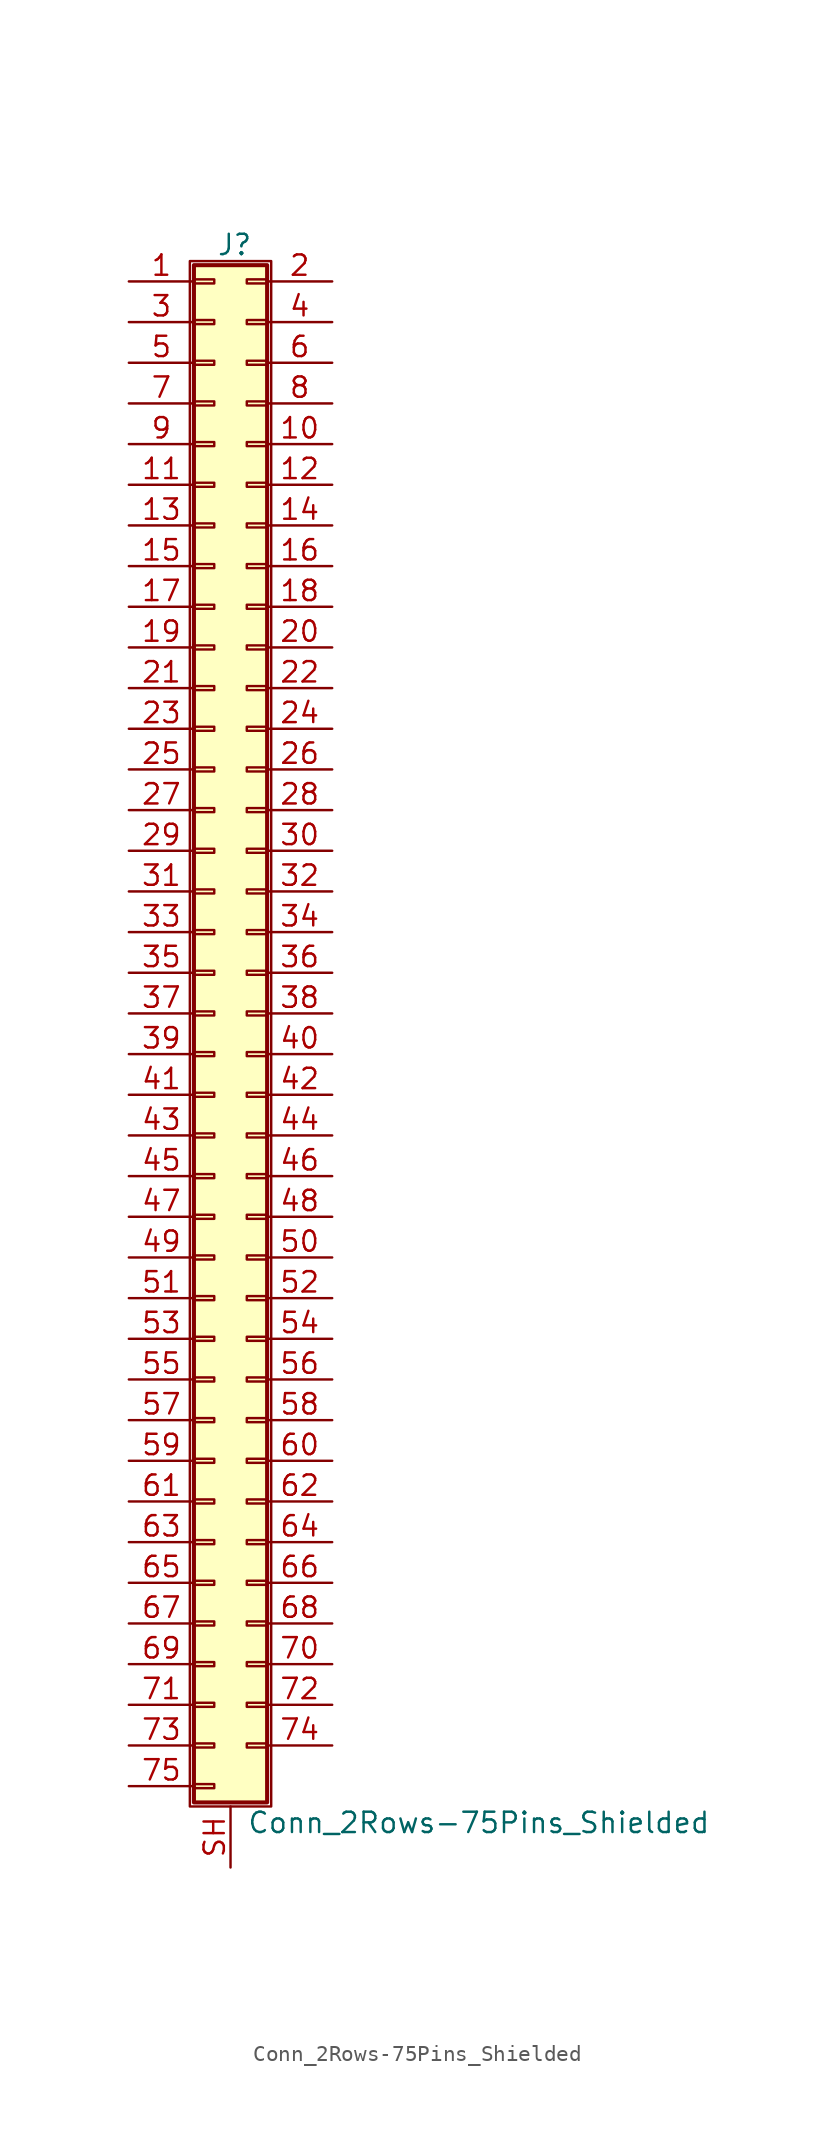
<source format=kicad_sym>
(kicad_symbol_lib
  (version 20211014)
  (generator kicad_symbol_editor)
  (symbol "Conn_2Rows-75Pins_Shielded"
    (pin_names
      (offset 1.016) hide)
    (property "Reference" "J"
      (at 1.524 48.006 0)
      (effects (font (size 1.27 1.27))))
    (property "Value" "Conn_2Rows-75Pins_Shielded"
      (at 2.286 -50.546 0)
      (effects (font (size 1.27 1.27)) (justify left)))
    (symbol "Conn_2Rows-75Pins_Shielded_1_1"
      (rectangle (start -1.27 46.99) (end 3.81 -49.53) (stroke (width 0.152) (type default) (color 0 0 0 0)) (fill (type none)))
      (rectangle (start -1.016 -48.133) (end 0.254 -48.387) (stroke (width 0.152) (type default) (color 0 0 0 0)) (fill (type none)))
      (rectangle (start -1.016 -45.593) (end 0.254 -45.847) (stroke (width 0.152) (type default) (color 0 0 0 0)) (fill (type none)))
      (rectangle (start -1.016 -43.053) (end 0.254 -43.307) (stroke (width 0.152) (type default) (color 0 0 0 0)) (fill (type none)))
      (rectangle (start -1.016 -40.513) (end 0.254 -40.767) (stroke (width 0.152) (type default) (color 0 0 0 0)) (fill (type none)))
      (rectangle (start -1.016 -37.973) (end 0.254 -38.227) (stroke (width 0.152) (type default) (color 0 0 0 0)) (fill (type none)))
      (rectangle (start -1.016 -35.433) (end 0.254 -35.687) (stroke (width 0.152) (type default) (color 0 0 0 0)) (fill (type none)))
      (rectangle (start -1.016 -32.893) (end 0.254 -33.147) (stroke (width 0.152) (type default) (color 0 0 0 0)) (fill (type none)))
      (rectangle (start -1.016 -30.353) (end 0.254 -30.607) (stroke (width 0.152) (type default) (color 0 0 0 0)) (fill (type none)))
      (rectangle (start -1.016 -27.813) (end 0.254 -28.067) (stroke (width 0.152) (type default) (color 0 0 0 0)) (fill (type none)))
      (rectangle (start -1.016 -25.273) (end 0.254 -25.527) (stroke (width 0.152) (type default) (color 0 0 0 0)) (fill (type none)))
      (rectangle (start -1.016 -22.733) (end 0.254 -22.987) (stroke (width 0.152) (type default) (color 0 0 0 0)) (fill (type none)))
      (rectangle (start -1.016 -20.193) (end 0.254 -20.447) (stroke (width 0.152) (type default) (color 0 0 0 0)) (fill (type none)))
      (rectangle (start -1.016 -17.653) (end 0.254 -17.907) (stroke (width 0.152) (type default) (color 0 0 0 0)) (fill (type none)))
      (rectangle (start -1.016 -15.113) (end 0.254 -15.367) (stroke (width 0.152) (type default) (color 0 0 0 0)) (fill (type none)))
      (rectangle (start -1.016 -12.573) (end 0.254 -12.827) (stroke (width 0.152) (type default) (color 0 0 0 0)) (fill (type none)))
      (rectangle (start -1.016 -10.033) (end 0.254 -10.287) (stroke (width 0.152) (type default) (color 0 0 0 0)) (fill (type none)))
      (rectangle (start -1.016 -7.493) (end 0.254 -7.747) (stroke (width 0.152) (type default) (color 0 0 0 0)) (fill (type none)))
      (rectangle (start -1.016 -4.953) (end 0.254 -5.207) (stroke (width 0.152) (type default) (color 0 0 0 0)) (fill (type none)))
      (rectangle (start -1.016 -2.413) (end 0.254 -2.667) (stroke (width 0.152) (type default) (color 0 0 0 0)) (fill (type none)))
      (rectangle (start -1.016 0.127) (end 0.254 -0.127) (stroke (width 0.152) (type default) (color 0 0 0 0)) (fill (type none)))
      (rectangle (start -1.016 2.667) (end 0.254 2.413) (stroke (width 0.152) (type default) (color 0 0 0 0)) (fill (type none)))
      (rectangle (start -1.016 5.207) (end 0.254 4.953) (stroke (width 0.152) (type default) (color 0 0 0 0)) (fill (type none)))
      (rectangle (start -1.016 7.747) (end 0.254 7.493) (stroke (width 0.152) (type default) (color 0 0 0 0)) (fill (type none)))
      (rectangle (start -1.016 10.287) (end 0.254 10.033) (stroke (width 0.152) (type default) (color 0 0 0 0)) (fill (type none)))
      (rectangle (start -1.016 12.827) (end 0.254 12.573) (stroke (width 0.152) (type default) (color 0 0 0 0)) (fill (type none)))
      (rectangle (start -1.016 15.367) (end 0.254 15.113) (stroke (width 0.152) (type default) (color 0 0 0 0)) (fill (type none)))
      (rectangle (start -1.016 17.907) (end 0.254 17.653) (stroke (width 0.152) (type default) (color 0 0 0 0)) (fill (type none)))
      (rectangle (start -1.016 20.447) (end 0.254 20.193) (stroke (width 0.152) (type default) (color 0 0 0 0)) (fill (type none)))
      (rectangle (start -1.016 22.987) (end 0.254 22.733) (stroke (width 0.152) (type default) (color 0 0 0 0)) (fill (type none)))
      (rectangle (start -1.016 25.527) (end 0.254 25.273) (stroke (width 0.152) (type default) (color 0 0 0 0)) (fill (type none)))
      (rectangle (start -1.016 28.067) (end 0.254 27.813) (stroke (width 0.152) (type default) (color 0 0 0 0)) (fill (type none)))
      (rectangle (start -1.016 30.607) (end 0.254 30.353) (stroke (width 0.152) (type default) (color 0 0 0 0)) (fill (type none)))
      (rectangle (start -1.016 33.147) (end 0.254 32.893) (stroke (width 0.152) (type default) (color 0 0 0 0)) (fill (type none)))
      (rectangle (start -1.016 35.687) (end 0.254 35.433) (stroke (width 0.152) (type default) (color 0 0 0 0)) (fill (type none)))
      (rectangle (start -1.016 38.227) (end 0.254 37.973) (stroke (width 0.152) (type default) (color 0 0 0 0)) (fill (type none)))
      (rectangle (start -1.016 40.767) (end 0.254 40.513) (stroke (width 0.152) (type default) (color 0 0 0 0)) (fill (type none)))
      (rectangle (start -1.016 43.307) (end 0.254 43.053) (stroke (width 0.152) (type default) (color 0 0 0 0)) (fill (type none)))
      (rectangle (start -1.016 45.847) (end 0.254 45.593) (stroke (width 0.152) (type default) (color 0 0 0 0)) (fill (type none)))
      (rectangle (start -1.016 46.736) (end 3.556 -49.276) (stroke (width 0.254) (type default) (color 0 0 0 0)) (fill (type background)))
      (rectangle (start 3.556 -45.593) (end 2.286 -45.847) (stroke (width 0.152) (type default) (color 0 0 0 0)) (fill (type none)))
      (rectangle (start 3.556 -43.053) (end 2.286 -43.307) (stroke (width 0.152) (type default) (color 0 0 0 0)) (fill (type none)))
      (rectangle (start 3.556 -40.513) (end 2.286 -40.767) (stroke (width 0.152) (type default) (color 0 0 0 0)) (fill (type none)))
      (rectangle (start 3.556 -37.973) (end 2.286 -38.227) (stroke (width 0.152) (type default) (color 0 0 0 0)) (fill (type none)))
      (rectangle (start 3.556 -35.433) (end 2.286 -35.687) (stroke (width 0.152) (type default) (color 0 0 0 0)) (fill (type none)))
      (rectangle (start 3.556 -32.893) (end 2.286 -33.147) (stroke (width 0.152) (type default) (color 0 0 0 0)) (fill (type none)))
      (rectangle (start 3.556 -30.353) (end 2.286 -30.607) (stroke (width 0.152) (type default) (color 0 0 0 0)) (fill (type none)))
      (rectangle (start 3.556 -27.813) (end 2.286 -28.067) (stroke (width 0.152) (type default) (color 0 0 0 0)) (fill (type none)))
      (rectangle (start 3.556 -25.273) (end 2.286 -25.527) (stroke (width 0.152) (type default) (color 0 0 0 0)) (fill (type none)))
      (rectangle (start 3.556 -22.733) (end 2.286 -22.987) (stroke (width 0.152) (type default) (color 0 0 0 0)) (fill (type none)))
      (rectangle (start 3.556 -20.193) (end 2.286 -20.447) (stroke (width 0.152) (type default) (color 0 0 0 0)) (fill (type none)))
      (rectangle (start 3.556 -17.653) (end 2.286 -17.907) (stroke (width 0.152) (type default) (color 0 0 0 0)) (fill (type none)))
      (rectangle (start 3.556 -15.113) (end 2.286 -15.367) (stroke (width 0.152) (type default) (color 0 0 0 0)) (fill (type none)))
      (rectangle (start 3.556 -12.573) (end 2.286 -12.827) (stroke (width 0.152) (type default) (color 0 0 0 0)) (fill (type none)))
      (rectangle (start 3.556 -10.033) (end 2.286 -10.287) (stroke (width 0.152) (type default) (color 0 0 0 0)) (fill (type none)))
      (rectangle (start 3.556 -7.493) (end 2.286 -7.747) (stroke (width 0.152) (type default) (color 0 0 0 0)) (fill (type none)))
      (rectangle (start 3.556 -4.953) (end 2.286 -5.207) (stroke (width 0.152) (type default) (color 0 0 0 0)) (fill (type none)))
      (rectangle (start 3.556 -2.413) (end 2.286 -2.667) (stroke (width 0.152) (type default) (color 0 0 0 0)) (fill (type none)))
      (rectangle (start 3.556 0.127) (end 2.286 -0.127) (stroke (width 0.152) (type default) (color 0 0 0 0)) (fill (type none)))
      (rectangle (start 3.556 2.667) (end 2.286 2.413) (stroke (width 0.152) (type default) (color 0 0 0 0)) (fill (type none)))
      (rectangle (start 3.556 5.207) (end 2.286 4.953) (stroke (width 0.152) (type default) (color 0 0 0 0)) (fill (type none)))
      (rectangle (start 3.556 7.747) (end 2.286 7.493) (stroke (width 0.152) (type default) (color 0 0 0 0)) (fill (type none)))
      (rectangle (start 3.556 10.287) (end 2.286 10.033) (stroke (width 0.152) (type default) (color 0 0 0 0)) (fill (type none)))
      (rectangle (start 3.556 12.827) (end 2.286 12.573) (stroke (width 0.152) (type default) (color 0 0 0 0)) (fill (type none)))
      (rectangle (start 3.556 15.367) (end 2.286 15.113) (stroke (width 0.152) (type default) (color 0 0 0 0)) (fill (type none)))
      (rectangle (start 3.556 17.907) (end 2.286 17.653) (stroke (width 0.152) (type default) (color 0 0 0 0)) (fill (type none)))
      (rectangle (start 3.556 20.447) (end 2.286 20.193) (stroke (width 0.152) (type default) (color 0 0 0 0)) (fill (type none)))
      (rectangle (start 3.556 22.987) (end 2.286 22.733) (stroke (width 0.152) (type default) (color 0 0 0 0)) (fill (type none)))
      (rectangle (start 3.556 25.527) (end 2.286 25.273) (stroke (width 0.152) (type default) (color 0 0 0 0)) (fill (type none)))
      (rectangle (start 3.556 28.067) (end 2.286 27.813) (stroke (width 0.152) (type default) (color 0 0 0 0)) (fill (type none)))
      (rectangle (start 3.556 30.607) (end 2.286 30.353) (stroke (width 0.152) (type default) (color 0 0 0 0)) (fill (type none)))
      (rectangle (start 3.556 33.147) (end 2.286 32.893) (stroke (width 0.152) (type default) (color 0 0 0 0)) (fill (type none)))
      (rectangle (start 3.556 35.687) (end 2.286 35.433) (stroke (width 0.152) (type default) (color 0 0 0 0)) (fill (type none)))
      (rectangle (start 3.556 38.227) (end 2.286 37.973) (stroke (width 0.152) (type default) (color 0 0 0 0)) (fill (type none)))
      (rectangle (start 3.556 40.767) (end 2.286 40.513) (stroke (width 0.152) (type default) (color 0 0 0 0)) (fill (type none)))
      (rectangle (start 3.556 43.307) (end 2.286 43.053) (stroke (width 0.152) (type default) (color 0 0 0 0)) (fill (type none)))
      (rectangle (start 3.556 45.847) (end 2.286 45.593) (stroke (width 0.152) (type default) (color 0 0 0 0)) (fill (type none)))
      (pin passive line (at -5.08 45.72 0) (length 4.064) (name "Pin_1" (effects (font (size 1.27 1.27)))) (number "1" (effects (font (size 1.27 1.27)))))
      (pin passive line (at 7.62 35.56 180) (length 4.064) (name "Pin_10" (effects (font (size 1.27 1.27)))) (number "10" (effects (font (size 1.27 1.27)))))
      (pin passive line (at -5.08 33.02 0) (length 4.064) (name "Pin_11" (effects (font (size 1.27 1.27)))) (number "11" (effects (font (size 1.27 1.27)))))
      (pin passive line (at 7.62 33.02 180) (length 4.064) (name "Pin_12" (effects (font (size 1.27 1.27)))) (number "12" (effects (font (size 1.27 1.27)))))
      (pin passive line (at -5.08 30.48 0) (length 4.064) (name "Pin_13" (effects (font (size 1.27 1.27)))) (number "13" (effects (font (size 1.27 1.27)))))
      (pin passive line (at 7.62 30.48 180) (length 4.064) (name "Pin_14" (effects (font (size 1.27 1.27)))) (number "14" (effects (font (size 1.27 1.27)))))
      (pin passive line (at -5.08 27.94 0) (length 4.064) (name "Pin_15" (effects (font (size 1.27 1.27)))) (number "15" (effects (font (size 1.27 1.27)))))
      (pin passive line (at 7.62 27.94 180) (length 4.064) (name "Pin_16" (effects (font (size 1.27 1.27)))) (number "16" (effects (font (size 1.27 1.27)))))
      (pin passive line (at -5.08 25.4 0) (length 4.064) (name "Pin_17" (effects (font (size 1.27 1.27)))) (number "17" (effects (font (size 1.27 1.27)))))
      (pin passive line (at 7.62 25.4 180) (length 4.064) (name "Pin_18" (effects (font (size 1.27 1.27)))) (number "18" (effects (font (size 1.27 1.27)))))
      (pin passive line (at -5.08 22.86 0) (length 4.064) (name "Pin_19" (effects (font (size 1.27 1.27)))) (number "19" (effects (font (size 1.27 1.27)))))
      (pin passive line (at 7.62 45.72 180) (length 4.064) (name "Pin_2" (effects (font (size 1.27 1.27)))) (number "2" (effects (font (size 1.27 1.27)))))
      (pin passive line (at 7.62 22.86 180) (length 4.064) (name "Pin_20" (effects (font (size 1.27 1.27)))) (number "20" (effects (font (size 1.27 1.27)))))
      (pin passive line (at -5.08 20.32 0) (length 4.064) (name "Pin_21" (effects (font (size 1.27 1.27)))) (number "21" (effects (font (size 1.27 1.27)))))
      (pin passive line (at 7.62 20.32 180) (length 4.064) (name "Pin_22" (effects (font (size 1.27 1.27)))) (number "22" (effects (font (size 1.27 1.27)))))
      (pin passive line (at -5.08 17.78 0) (length 4.064) (name "Pin_23" (effects (font (size 1.27 1.27)))) (number "23" (effects (font (size 1.27 1.27)))))
      (pin passive line (at 7.62 17.78 180) (length 4.064) (name "Pin_24" (effects (font (size 1.27 1.27)))) (number "24" (effects (font (size 1.27 1.27)))))
      (pin passive line (at -5.08 15.24 0) (length 4.064) (name "Pin_25" (effects (font (size 1.27 1.27)))) (number "25" (effects (font (size 1.27 1.27)))))
      (pin passive line (at 7.62 15.24 180) (length 4.064) (name "Pin_26" (effects (font (size 1.27 1.27)))) (number "26" (effects (font (size 1.27 1.27)))))
      (pin passive line (at -5.08 12.7 0) (length 4.064) (name "Pin_27" (effects (font (size 1.27 1.27)))) (number "27" (effects (font (size 1.27 1.27)))))
      (pin passive line (at 7.62 12.7 180) (length 4.064) (name "Pin_28" (effects (font (size 1.27 1.27)))) (number "28" (effects (font (size 1.27 1.27)))))
      (pin passive line (at -5.08 10.16 0) (length 4.064) (name "Pin_29" (effects (font (size 1.27 1.27)))) (number "29" (effects (font (size 1.27 1.27)))))
      (pin passive line (at -5.08 43.18 0) (length 4.064) (name "Pin_3" (effects (font (size 1.27 1.27)))) (number "3" (effects (font (size 1.27 1.27)))))
      (pin passive line (at 7.62 10.16 180) (length 4.064) (name "Pin_30" (effects (font (size 1.27 1.27)))) (number "30" (effects (font (size 1.27 1.27)))))
      (pin passive line (at -5.08 7.62 0) (length 4.064) (name "Pin_31" (effects (font (size 1.27 1.27)))) (number "31" (effects (font (size 1.27 1.27)))))
      (pin passive line (at 7.62 7.62 180) (length 4.064) (name "Pin_32" (effects (font (size 1.27 1.27)))) (number "32" (effects (font (size 1.27 1.27)))))
      (pin passive line (at -5.08 5.08 0) (length 4.064) (name "Pin_33" (effects (font (size 1.27 1.27)))) (number "33" (effects (font (size 1.27 1.27)))))
      (pin passive line (at 7.62 5.08 180) (length 4.064) (name "Pin_34" (effects (font (size 1.27 1.27)))) (number "34" (effects (font (size 1.27 1.27)))))
      (pin passive line (at -5.08 2.54 0) (length 4.064) (name "Pin_35" (effects (font (size 1.27 1.27)))) (number "35" (effects (font (size 1.27 1.27)))))
      (pin passive line (at 7.62 2.54 180) (length 4.064) (name "Pin_36" (effects (font (size 1.27 1.27)))) (number "36" (effects (font (size 1.27 1.27)))))
      (pin passive line (at -5.08 0 0) (length 4.064) (name "Pin_37" (effects (font (size 1.27 1.27)))) (number "37" (effects (font (size 1.27 1.27)))))
      (pin passive line (at 7.62 0 180) (length 4.064) (name "Pin_38" (effects (font (size 1.27 1.27)))) (number "38" (effects (font (size 1.27 1.27)))))
      (pin passive line (at -5.08 -2.54 0) (length 4.064) (name "Pin_39" (effects (font (size 1.27 1.27)))) (number "39" (effects (font (size 1.27 1.27)))))
      (pin passive line (at 7.62 43.18 180) (length 4.064) (name "Pin_4" (effects (font (size 1.27 1.27)))) (number "4" (effects (font (size 1.27 1.27)))))
      (pin passive line (at 7.62 -2.54 180) (length 4.064) (name "Pin_40" (effects (font (size 1.27 1.27)))) (number "40" (effects (font (size 1.27 1.27)))))
      (pin passive line (at -5.08 -5.08 0) (length 4.064) (name "Pin_41" (effects (font (size 1.27 1.27)))) (number "41" (effects (font (size 1.27 1.27)))))
      (pin passive line (at 7.62 -5.08 180) (length 4.064) (name "Pin_42" (effects (font (size 1.27 1.27)))) (number "42" (effects (font (size 1.27 1.27)))))
      (pin passive line (at -5.08 -7.62 0) (length 4.064) (name "Pin_43" (effects (font (size 1.27 1.27)))) (number "43" (effects (font (size 1.27 1.27)))))
      (pin passive line (at 7.62 -7.62 180) (length 4.064) (name "Pin_44" (effects (font (size 1.27 1.27)))) (number "44" (effects (font (size 1.27 1.27)))))
      (pin passive line (at -5.08 -10.16 0) (length 4.064) (name "Pin_45" (effects (font (size 1.27 1.27)))) (number "45" (effects (font (size 1.27 1.27)))))
      (pin passive line (at 7.62 -10.16 180) (length 4.064) (name "Pin_46" (effects (font (size 1.27 1.27)))) (number "46" (effects (font (size 1.27 1.27)))))
      (pin passive line (at -5.08 -12.7 0) (length 4.064) (name "Pin_47" (effects (font (size 1.27 1.27)))) (number "47" (effects (font (size 1.27 1.27)))))
      (pin passive line (at 7.62 -12.7 180) (length 4.064) (name "Pin_48" (effects (font (size 1.27 1.27)))) (number "48" (effects (font (size 1.27 1.27)))))
      (pin passive line (at -5.08 -15.24 0) (length 4.064) (name "Pin_49" (effects (font (size 1.27 1.27)))) (number "49" (effects (font (size 1.27 1.27)))))
      (pin passive line (at -5.08 40.64 0) (length 4.064) (name "Pin_5" (effects (font (size 1.27 1.27)))) (number "5" (effects (font (size 1.27 1.27)))))
      (pin passive line (at 7.62 -15.24 180) (length 4.064) (name "Pin_50" (effects (font (size 1.27 1.27)))) (number "50" (effects (font (size 1.27 1.27)))))
      (pin passive line (at -5.08 -17.78 0) (length 4.064) (name "Pin_51" (effects (font (size 1.27 1.27)))) (number "51" (effects (font (size 1.27 1.27)))))
      (pin passive line (at 7.62 -17.78 180) (length 4.064) (name "Pin_52" (effects (font (size 1.27 1.27)))) (number "52" (effects (font (size 1.27 1.27)))))
      (pin passive line (at -5.08 -20.32 0) (length 4.064) (name "Pin_53" (effects (font (size 1.27 1.27)))) (number "53" (effects (font (size 1.27 1.27)))))
      (pin passive line (at 7.62 -20.32 180) (length 4.064) (name "Pin_54" (effects (font (size 1.27 1.27)))) (number "54" (effects (font (size 1.27 1.27)))))
      (pin passive line (at -5.08 -22.86 0) (length 4.064) (name "Pin_55" (effects (font (size 1.27 1.27)))) (number "55" (effects (font (size 1.27 1.27)))))
      (pin passive line (at 7.62 -22.86 180) (length 4.064) (name "Pin_56" (effects (font (size 1.27 1.27)))) (number "56" (effects (font (size 1.27 1.27)))))
      (pin passive line (at -5.08 -25.4 0) (length 4.064) (name "Pin_57" (effects (font (size 1.27 1.27)))) (number "57" (effects (font (size 1.27 1.27)))))
      (pin passive line (at 7.62 -25.4 180) (length 4.064) (name "Pin_58" (effects (font (size 1.27 1.27)))) (number "58" (effects (font (size 1.27 1.27)))))
      (pin passive line (at -5.08 -27.94 0) (length 4.064) (name "Pin_59" (effects (font (size 1.27 1.27)))) (number "59" (effects (font (size 1.27 1.27)))))
      (pin passive line (at 7.62 40.64 180) (length 4.064) (name "Pin_6" (effects (font (size 1.27 1.27)))) (number "6" (effects (font (size 1.27 1.27)))))
      (pin passive line (at 7.62 -27.94 180) (length 4.064) (name "Pin_60" (effects (font (size 1.27 1.27)))) (number "60" (effects (font (size 1.27 1.27)))))
      (pin passive line (at -5.08 -30.48 0) (length 4.064) (name "Pin_61" (effects (font (size 1.27 1.27)))) (number "61" (effects (font (size 1.27 1.27)))))
      (pin passive line (at 7.62 -30.48 180) (length 4.064) (name "Pin_62" (effects (font (size 1.27 1.27)))) (number "62" (effects (font (size 1.27 1.27)))))
      (pin passive line (at -5.08 -33.02 0) (length 4.064) (name "Pin_63" (effects (font (size 1.27 1.27)))) (number "63" (effects (font (size 1.27 1.27)))))
      (pin passive line (at 7.62 -33.02 180) (length 4.064) (name "Pin_64" (effects (font (size 1.27 1.27)))) (number "64" (effects (font (size 1.27 1.27)))))
      (pin passive line (at -5.08 -35.56 0) (length 4.064) (name "Pin_65" (effects (font (size 1.27 1.27)))) (number "65" (effects (font (size 1.27 1.27)))))
      (pin passive line (at 7.62 -35.56 180) (length 4.064) (name "Pin_66" (effects (font (size 1.27 1.27)))) (number "66" (effects (font (size 1.27 1.27)))))
      (pin passive line (at -5.08 -38.1 0) (length 4.064) (name "Pin_67" (effects (font (size 1.27 1.27)))) (number "67" (effects (font (size 1.27 1.27)))))
      (pin passive line (at 7.62 -38.1 180) (length 4.064) (name "Pin_68" (effects (font (size 1.27 1.27)))) (number "68" (effects (font (size 1.27 1.27)))))
      (pin passive line (at -5.08 -40.64 0) (length 4.064) (name "Pin_69" (effects (font (size 1.27 1.27)))) (number "69" (effects (font (size 1.27 1.27)))))
      (pin passive line (at -5.08 38.1 0) (length 4.064) (name "Pin_7" (effects (font (size 1.27 1.27)))) (number "7" (effects (font (size 1.27 1.27)))))
      (pin passive line (at 7.62 -40.64 180) (length 4.064) (name "Pin_70" (effects (font (size 1.27 1.27)))) (number "70" (effects (font (size 1.27 1.27)))))
      (pin passive line (at -5.08 -43.18 0) (length 4.064) (name "Pin_71" (effects (font (size 1.27 1.27)))) (number "71" (effects (font (size 1.27 1.27)))))
      (pin passive line (at 7.62 -43.18 180) (length 4.064) (name "Pin_72" (effects (font (size 1.27 1.27)))) (number "72" (effects (font (size 1.27 1.27)))))
      (pin passive line (at -5.08 -45.72 0) (length 4.064) (name "Pin_73" (effects (font (size 1.27 1.27)))) (number "73" (effects (font (size 1.27 1.27)))))
      (pin passive line (at 7.62 -45.72 180) (length 4.064) (name "Pin_74" (effects (font (size 1.27 1.27)))) (number "74" (effects (font (size 1.27 1.27)))))
      (pin passive line (at -5.08 -48.26 0) (length 4.064) (name "Pin_75" (effects (font (size 1.27 1.27)))) (number "75" (effects (font (size 1.27 1.27)))))
      (pin passive line (at 7.62 38.1 180) (length 4.064) (name "Pin_8" (effects (font (size 1.27 1.27)))) (number "8" (effects (font (size 1.27 1.27)))))
      (pin passive line (at -5.08 35.56 0) (length 4.064) (name "Pin_9" (effects (font (size 1.27 1.27)))) (number "9" (effects (font (size 1.27 1.27)))))
      (pin passive line (at 1.27 -53.34 90) (length 3.81) (name "Shield" (effects (font (size 1.27 1.27)))) (number "SH" (effects (font (size 1.27 1.27))))))))
</source>
